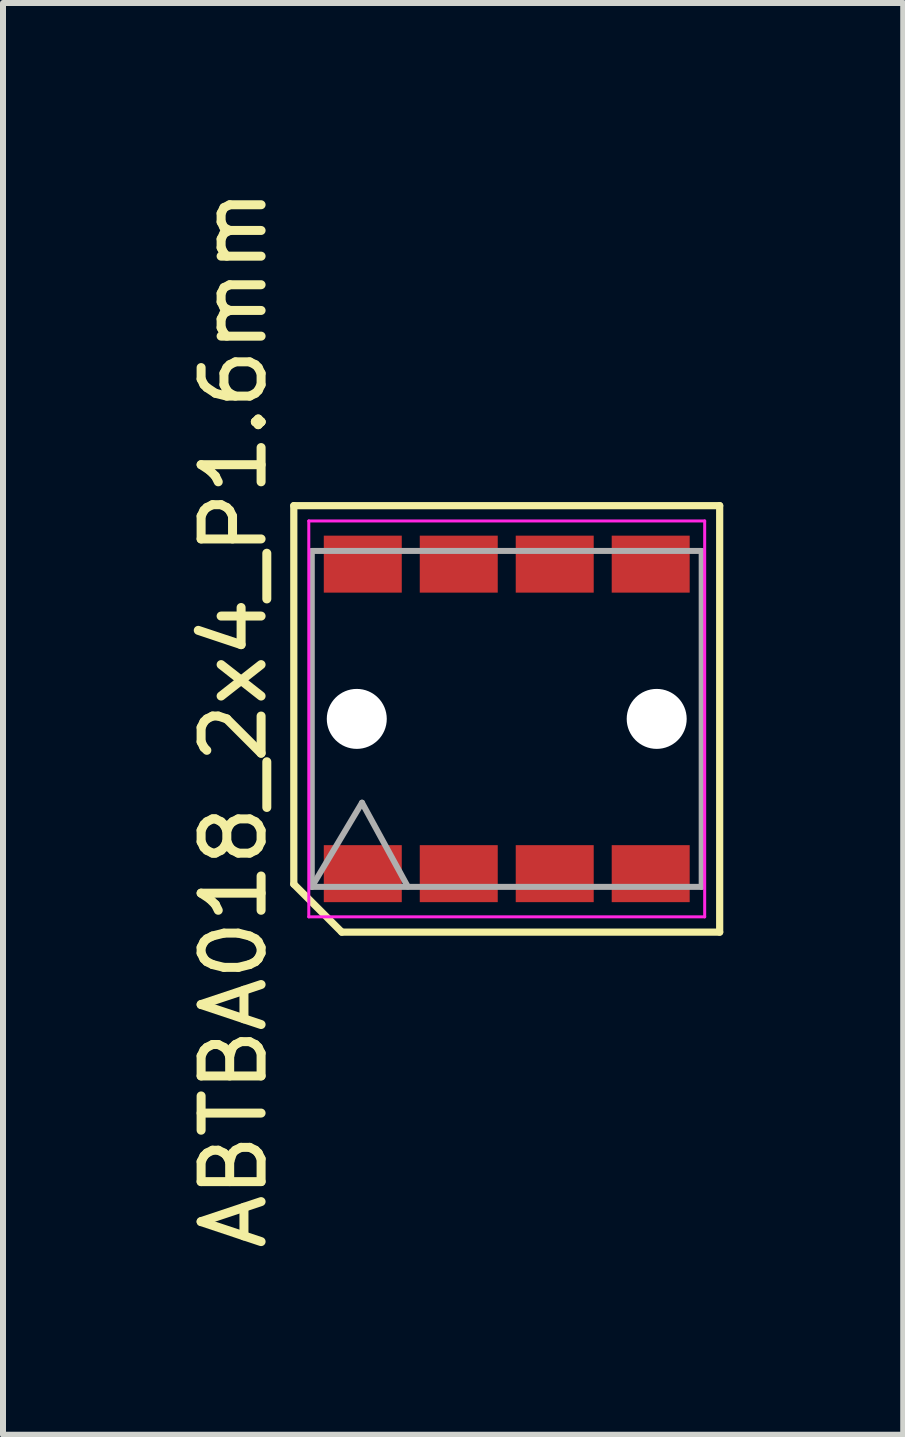
<source format=kicad_pcb>
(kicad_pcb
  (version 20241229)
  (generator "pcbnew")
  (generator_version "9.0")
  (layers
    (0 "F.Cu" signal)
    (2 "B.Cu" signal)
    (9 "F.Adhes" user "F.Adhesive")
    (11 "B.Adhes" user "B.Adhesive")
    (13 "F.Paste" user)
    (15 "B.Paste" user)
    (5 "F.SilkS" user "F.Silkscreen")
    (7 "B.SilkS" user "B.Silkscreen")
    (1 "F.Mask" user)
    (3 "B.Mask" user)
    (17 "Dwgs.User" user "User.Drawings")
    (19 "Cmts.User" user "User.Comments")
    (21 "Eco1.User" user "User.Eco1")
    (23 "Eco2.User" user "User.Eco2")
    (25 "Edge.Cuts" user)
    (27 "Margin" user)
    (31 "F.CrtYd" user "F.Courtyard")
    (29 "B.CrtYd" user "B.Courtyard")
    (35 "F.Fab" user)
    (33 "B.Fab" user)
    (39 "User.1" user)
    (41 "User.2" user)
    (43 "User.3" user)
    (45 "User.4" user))
  (footprint "ABTBA018_2x4_P1.6mm"
    (layer "F.Cu")
    (at 5.398 8.935)
    (property "Reference" "ABTBA018_2x4_P1.6mm" (at -4.55 0 90) (layer "F.SilkS") (effects (font (size 1 1) (thickness 0.15))))
    (attr smd)
    (fp_line (start -3.55 -3.555) (end 3.55 -3.555) (stroke (width 0.12) (type solid)) (layer "F.SilkS"))
    (fp_line (start -3.55 2.755) (end -3.55 -3.555) (stroke (width 0.12) (type solid)) (layer "F.SilkS"))
    (fp_line (start -2.75 3.555) (end -3.55 2.755) (stroke (width 0.12) (type solid)) (layer "F.SilkS"))
    (fp_line (start 3.55 -3.555) (end 3.55 3.555) (stroke (width 0.12) (type solid)) (layer "F.SilkS"))
    (fp_line (start 3.55 3.555) (end -2.75 3.555) (stroke (width 0.12) (type solid)) (layer "F.SilkS"))
    (fp_line (start -3.3 -3.3) (end 3.3 -3.3) (stroke (width 0.05) (type solid)) (layer "F.CrtYd"))
    (fp_line (start -3.3 3.3) (end -3.3 -3.3) (stroke (width 0.05) (type solid)) (layer "F.CrtYd"))
    (fp_line (start 3.3 -3.3) (end 3.3 3.3) (stroke (width 0.05) (type solid)) (layer "F.CrtYd"))
    (fp_line (start 3.3 3.3) (end -3.3 3.3) (stroke (width 0.05) (type solid)) (layer "F.CrtYd"))
    (fp_line (start -3.25 -2.8) (end -3.25 2.8) (stroke (width 0.1) (type solid)) (layer "F.Fab"))
    (fp_line (start -3.25 2.8) (end -2.413 1.397) (stroke (width 0.1) (type solid)) (layer "F.Fab"))
    (fp_line (start -3.25 2.8) (end 3.25 2.8) (stroke (width 0.1) (type solid)) (layer "F.Fab"))
    (fp_line (start -2.413 1.397) (end -1.651 2.794) (stroke (width 0.1) (type solid)) (layer "F.Fab"))
    (fp_line (start 3.25 -2.8) (end -3.25 -2.8) (stroke (width 0.1) (type solid)) (layer "F.Fab"))
    (fp_line (start 3.25 2.8) (end 3.25 -2.8) (stroke (width 0.1) (type solid)) (layer "F.Fab"))
    (pad "" np_thru_hole circle (at -2.5 0) (size 1 1) (drill 1) (layers "*.Cu" "*.Mask"))
    (pad "" np_thru_hole circle (at 2.5 0) (size 1 1) (drill 1) (layers "*.Cu" "*.Mask"))
    (pad "1" smd rect (at -2.4 2.58) (size 1.3 0.95) (layers "F.Cu" "F.Mask" "F.Paste"))
    (pad "2" smd rect (at -2.4 -2.58) (size 1.3 0.95) (layers "F.Cu" "F.Mask" "F.Paste"))
    (pad "3" smd rect (at -0.8 2.58) (size 1.3 0.95) (layers "F.Cu" "F.Mask" "F.Paste"))
    (pad "4" smd rect (at -0.8 -2.58) (size 1.3 0.95) (layers "F.Cu" "F.Mask" "F.Paste"))
    (pad "5" smd rect (at 0.8 2.58) (size 1.3 0.95) (layers "F.Cu" "F.Mask" "F.Paste"))
    (pad "6" smd rect (at 0.8 -2.58) (size 1.3 0.95) (layers "F.Cu" "F.Mask" "F.Paste"))
    (pad "7" smd rect (at 2.4 2.58) (size 1.3 0.95) (layers "F.Cu" "F.Mask" "F.Paste"))
    (pad "8" smd rect (at 2.4 -2.58) (size 1.3 0.95) (layers "F.Cu" "F.Mask" "F.Paste")))
  (gr_rect
    (start -3 -3)
    (end 12.008 20.869)
    (stroke (width 0.1) (type default))
    (fill no)
    (layer "Edge.Cuts")))
</source>
